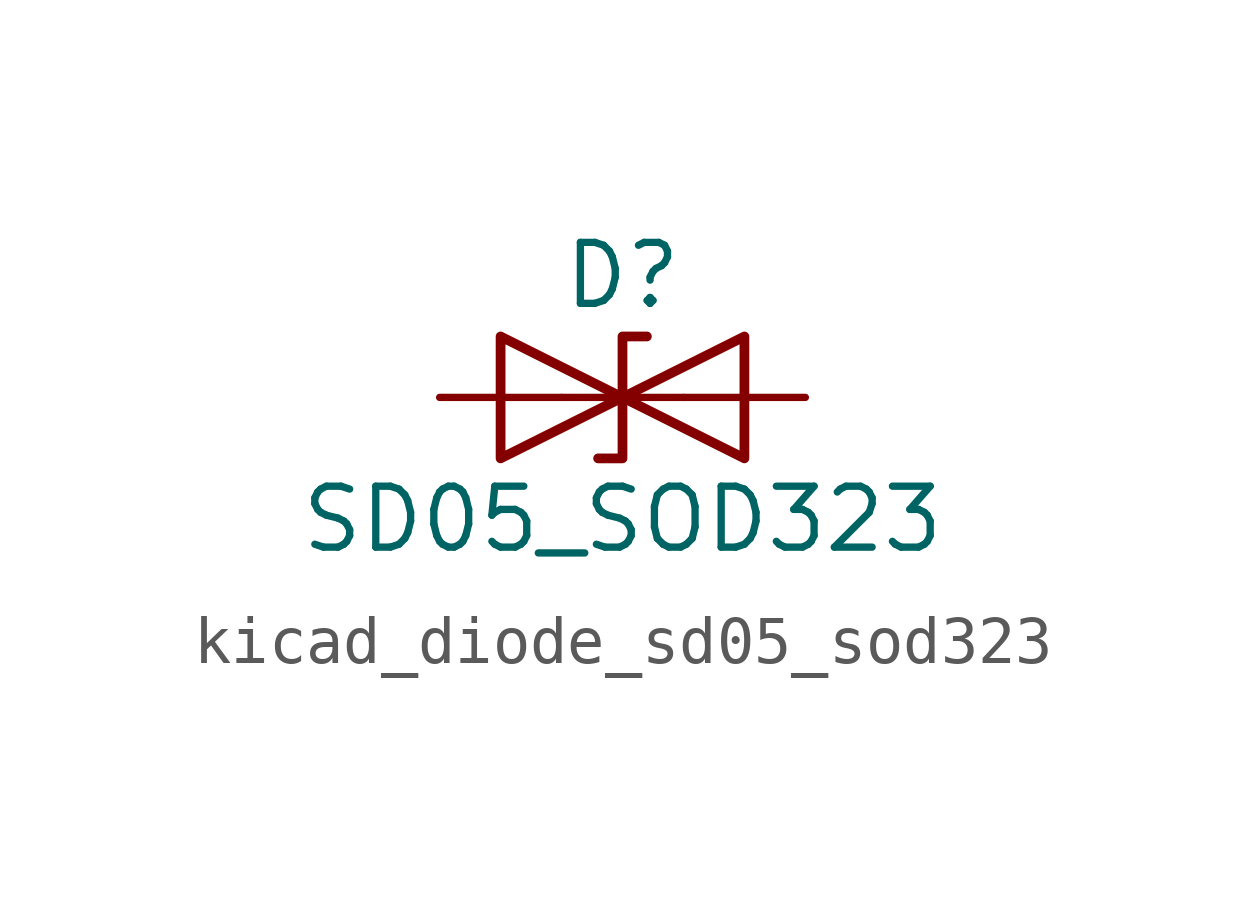
<source format=kicad_sym>
(kicad_symbol_lib
  (version 20220914)
  (generator kicad_symbol_editor)
  (symbol "kicad_diode_sd05_sod323"
    (pin_numbers hide)
    (pin_names
      (offset 1.016) hide)
    (property "Reference" "D"
      (at 0 2.54 0)
      (effects (font (size 1.27 1.27))))
    (property "Value" "SD05_SOD323"
      (at 0 -2.54 0)
      (effects (font (size 1.27 1.27))))
    (symbol "kicad_diode_sd05_sod323_0_1"
      (polyline (pts (xy 1.27 0) (xy -1.27 0)) (stroke (width 0) (type default)) (fill (type none)))
      (polyline (pts (xy -2.54 -1.27) (xy 0 0) (xy -2.54 1.27) (xy -2.54 -1.27)) (stroke (width 0.203) (type default)) (fill (type none)))
      (polyline (pts (xy 0.508 1.27) (xy 0 1.27) (xy 0 -1.27) (xy -0.508 -1.27)) (stroke (width 0.203) (type default)) (fill (type none)))
      (polyline (pts (xy 2.54 1.27) (xy 2.54 -1.27) (xy 0 0) (xy 2.54 1.27)) (stroke (width 0.203) (type default)) (fill (type none))))
    (symbol "kicad_diode_sd05_sod323_1_1"
      (pin passive line (at -3.81 0 0) (length 2.54) (name "A1" (effects (font (size 1.27 1.27)))) (number "1" (effects (font (size 1.27 1.27)))))
      (pin passive line (at 3.81 0 180) (length 2.54) (name "A2" (effects (font (size 1.27 1.27)))) (number "2" (effects (font (size 1.27 1.27))))))))
</source>
